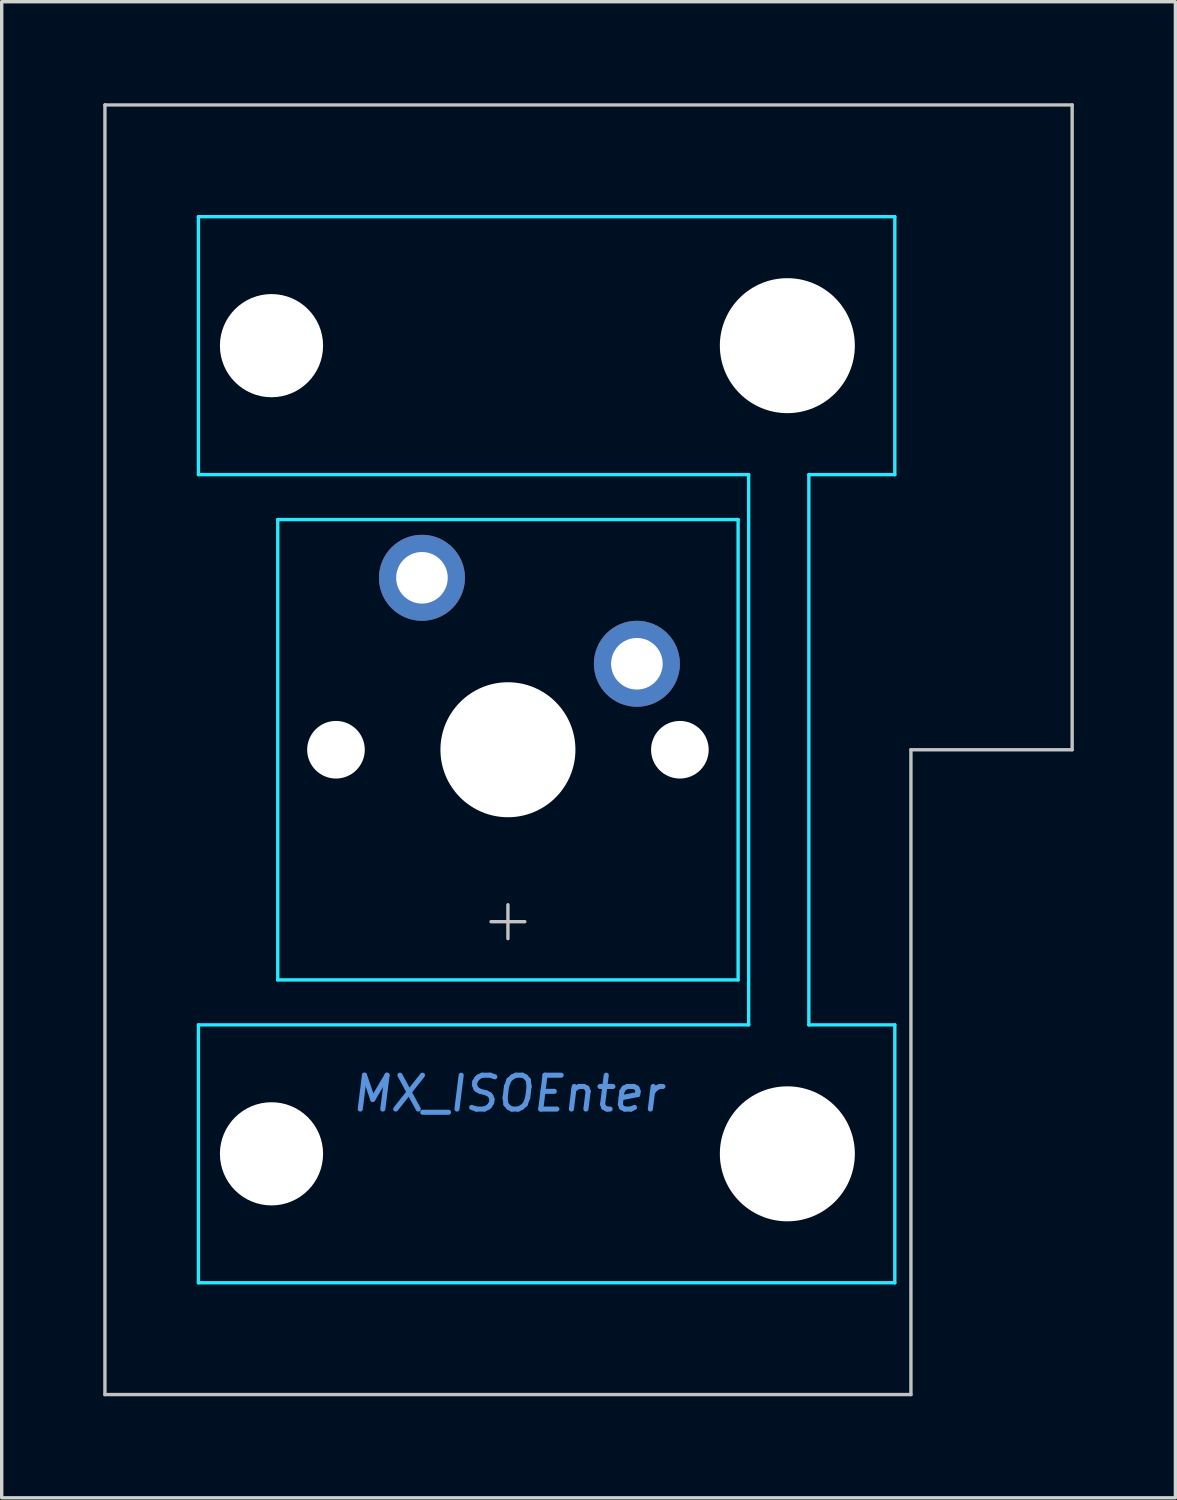
<source format=kicad_pcb>
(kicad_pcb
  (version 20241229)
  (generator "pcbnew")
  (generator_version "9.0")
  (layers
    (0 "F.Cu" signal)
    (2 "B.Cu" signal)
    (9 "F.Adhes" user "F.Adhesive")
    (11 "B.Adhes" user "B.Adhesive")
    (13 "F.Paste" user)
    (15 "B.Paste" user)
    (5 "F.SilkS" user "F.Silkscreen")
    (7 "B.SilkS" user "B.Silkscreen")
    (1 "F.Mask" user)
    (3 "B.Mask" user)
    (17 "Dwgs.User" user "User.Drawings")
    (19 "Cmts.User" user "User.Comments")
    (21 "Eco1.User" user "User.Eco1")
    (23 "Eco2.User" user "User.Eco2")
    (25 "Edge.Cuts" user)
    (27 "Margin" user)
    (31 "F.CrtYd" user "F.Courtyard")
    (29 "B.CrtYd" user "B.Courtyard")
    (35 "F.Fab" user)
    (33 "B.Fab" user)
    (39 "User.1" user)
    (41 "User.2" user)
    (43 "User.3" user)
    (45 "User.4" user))
  (footprint "MX_ISOEnter"
    (layer "F.Cu")
    (at 11.956 19.1)
    (property "Reference" "MX_ISOEnter" (at 0 10.16 0) (layer "Cmts.User") (effects (font (size 1 1) (thickness 0.15) (italic yes))))
    (attr through_hole)
    (fp_line (start -11.906 19.05) (end -11.906 -19.05) (stroke (width 0.1) (type solid)) (layer "Dwgs.User"))
    (fp_line (start -0.5 5.08) (end 0.5 5.08) (stroke (width 0.1) (type solid)) (layer "Dwgs.User"))
    (fp_line (start 0 5.58) (end 0 4.58) (stroke (width 0.1) (type solid)) (layer "Dwgs.User"))
    (fp_line (start 11.906 19.05) (end -11.906 19.05) (stroke (width 0.1) (type solid)) (layer "Dwgs.User"))
    (fp_line (start 11.906 19.05) (end 11.906 0) (stroke (width 0.1) (type solid)) (layer "Dwgs.User"))
    (fp_line (start 16.669 -19.05) (end -11.906 -19.05) (stroke (width 0.1) (type solid)) (layer "Dwgs.User"))
    (fp_line (start 16.669 0) (end 11.906 0) (stroke (width 0.1) (type solid)) (layer "Dwgs.User"))
    (fp_line (start 16.669 0) (end 16.669 -19.05) (stroke (width 0.1) (type solid)) (layer "Dwgs.User"))
    (fp_line (start -7 -6.5) (end -7 6.5) (stroke (width 0.1) (type solid)) (layer "Eco1.User"))
    (fp_line (start -6.5 7) (end 6.5 7) (stroke (width 0.1) (type solid)) (layer "Eco1.User"))
    (fp_line (start -5.985 -8.938) (end -5.985 -14.938) (stroke (width 0.1) (type solid)) (layer "Eco1.User"))
    (fp_line (start -5.985 14.938) (end -5.985 8.938) (stroke (width 0.1) (type solid)) (layer "Eco1.User"))
    (fp_line (start -5.485 -8.438) (end 8.515 -8.438) (stroke (width 0.1) (type solid)) (layer "Eco1.User"))
    (fp_line (start -5.485 15.438) (end 8.515 15.438) (stroke (width 0.1) (type solid)) (layer "Eco1.User"))
    (fp_line (start 6.5 -7) (end -6.5 -7) (stroke (width 0.1) (type solid)) (layer "Eco1.User"))
    (fp_line (start 7 6.5) (end 7 -6.5) (stroke (width 0.1) (type solid)) (layer "Eco1.User"))
    (fp_line (start 8.515 -15.438) (end -5.485 -15.438) (stroke (width 0.1) (type solid)) (layer "Eco1.User"))
    (fp_line (start 8.515 8.438) (end -5.485 8.438) (stroke (width 0.1) (type solid)) (layer "Eco1.User"))
    (fp_line (start 9.015 -14.938) (end 9.015 -8.938) (stroke (width 0.1) (type solid)) (layer "Eco1.User"))
    (fp_line (start 9.015 8.938) (end 9.015 14.938) (stroke (width 0.1) (type solid)) (layer "Eco1.User"))
    (fp_arc (start -7 -6.5) (mid -6.853553 -6.853553) (end -6.5 -7) (stroke (width 0.1) (type solid)) (layer "Eco1.User"))
    (fp_arc (start -6.5 7) (mid -6.853553 6.853553) (end -7 6.5) (stroke (width 0.1) (type solid)) (layer "Eco1.User"))
    (fp_arc (start -5.985 -14.938) (mid -5.838553 -15.291553) (end -5.485 -15.438) (stroke (width 0.1) (type solid)) (layer "Eco1.User"))
    (fp_arc (start -5.985 8.938) (mid -5.838553 8.584447) (end -5.485 8.438) (stroke (width 0.1) (type solid)) (layer "Eco1.User"))
    (fp_arc (start -5.485 -8.438) (mid -5.838553 -8.584447) (end -5.985 -8.938) (stroke (width 0.1) (type solid)) (layer "Eco1.User"))
    (fp_arc (start -5.485 15.438) (mid -5.838553 15.291553) (end -5.985 14.938) (stroke (width 0.1) (type solid)) (layer "Eco1.User"))
    (fp_arc (start 6.5 -7) (mid 6.853553 -6.853553) (end 7 -6.5) (stroke (width 0.1) (type solid)) (layer "Eco1.User"))
    (fp_arc (start 7 6.5) (mid 6.853553 6.853553) (end 6.5 7) (stroke (width 0.1) (type solid)) (layer "Eco1.User"))
    (fp_arc (start 8.515 -15.438) (mid 8.868553 -15.291553) (end 9.015 -14.938) (stroke (width 0.1) (type solid)) (layer "Eco1.User"))
    (fp_arc (start 8.515 8.438) (mid 8.868553 8.584447) (end 9.015 8.938) (stroke (width 0.1) (type solid)) (layer "Eco1.User"))
    (fp_arc (start 9.015 -8.938) (mid 8.868553 -8.584447) (end 8.515 -8.438) (stroke (width 0.1) (type solid)) (layer "Eco1.User"))
    (fp_arc (start 9.015 14.938) (mid 8.868553 15.291553) (end 8.515 15.438) (stroke (width 0.1) (type solid)) (layer "Eco1.User"))
    (fp_line (start -9.144 -15.748) (end 11.43 -15.748) (stroke (width 0.1) (type solid)) (layer "B.CrtYd"))
    (fp_line (start -9.144 -8.128) (end -9.144 -15.748) (stroke (width 0.1) (type solid)) (layer "B.CrtYd"))
    (fp_line (start -9.144 -8.128) (end 7.112 -8.128) (stroke (width 0.1) (type solid)) (layer "B.CrtYd"))
    (fp_line (start -9.144 8.128) (end 7.112 8.128) (stroke (width 0.1) (type solid)) (layer "B.CrtYd"))
    (fp_line (start -9.144 15.748) (end -9.144 8.128) (stroke (width 0.1) (type solid)) (layer "B.CrtYd"))
    (fp_line (start -6.8 6.8) (end -6.8 -6.8) (stroke (width 0.1) (type solid)) (layer "B.CrtYd"))
    (fp_line (start 6.8 -6.8) (end -6.8 -6.8) (stroke (width 0.1) (type solid)) (layer "B.CrtYd"))
    (fp_line (start 6.8 6.8) (end -6.8 6.8) (stroke (width 0.1) (type solid)) (layer "B.CrtYd"))
    (fp_line (start 6.8 6.8) (end 6.8 -6.8) (stroke (width 0.1) (type solid)) (layer "B.CrtYd"))
    (fp_line (start 7.112 8.128) (end 7.112 -8.128) (stroke (width 0.1) (type solid)) (layer "B.CrtYd"))
    (fp_line (start 8.89 8.128) (end 8.89 -8.128) (stroke (width 0.1) (type solid)) (layer "B.CrtYd"))
    (fp_line (start 11.43 -15.748) (end 11.43 -8.128) (stroke (width 0.1) (type solid)) (layer "B.CrtYd"))
    (fp_line (start 11.43 -8.128) (end 8.89 -8.128) (stroke (width 0.1) (type solid)) (layer "B.CrtYd"))
    (fp_line (start 11.43 8.128) (end 8.89 8.128) (stroke (width 0.1) (type solid)) (layer "B.CrtYd"))
    (fp_line (start 11.43 8.128) (end 11.43 15.748) (stroke (width 0.1) (type solid)) (layer "B.CrtYd"))
    (fp_line (start 11.43 15.748) (end -9.144 15.748) (stroke (width 0.1) (type solid)) (layer "B.CrtYd"))
    (pad "" np_thru_hole circle (at -6.985 -11.938 90) (size 3.048 3.048) (drill 3.048) (layers "*.Cu" "*.Mask"))
    (pad "" np_thru_hole circle (at -6.985 11.938 90) (size 3.048 3.048) (drill 3.048) (layers "*.Cu" "*.Mask"))
    (pad "" np_thru_hole circle (at -5.08 0) (size 1.702 1.702) (drill 1.702) (layers "*.Cu" "*.Mask"))
    (pad "" np_thru_hole circle (at 0 0) (size 3.988 3.988) (drill 3.988) (layers "*.Cu" "*.Mask"))
    (pad "" np_thru_hole circle (at 5.08 0) (size 1.702 1.702) (drill 1.702) (layers "*.Cu" "*.Mask"))
    (pad "" np_thru_hole circle (at 8.255 -11.938 90) (size 3.988 3.988) (drill 3.988) (layers "*.Cu" "*.Mask"))
    (pad "" np_thru_hole circle (at 8.255 11.938 90) (size 3.988 3.988) (drill 3.988) (layers "*.Cu" "*.Mask"))
    (pad "1" thru_hole circle (at -2.54 -5.08) (size 2.54 2.54) (drill 1.524) (layers "*.Cu" "*.Mask"))
    (pad "2" thru_hole circle (at 3.81 -2.54) (size 2.54 2.54) (drill 1.524) (layers "*.Cu" "*.Mask")))
  (gr_rect
    (start -3 -3)
    (end 31.675 41.2)
    (stroke (width 0.1) (type default))
    (fill no)
    (layer "Edge.Cuts")))
</source>
